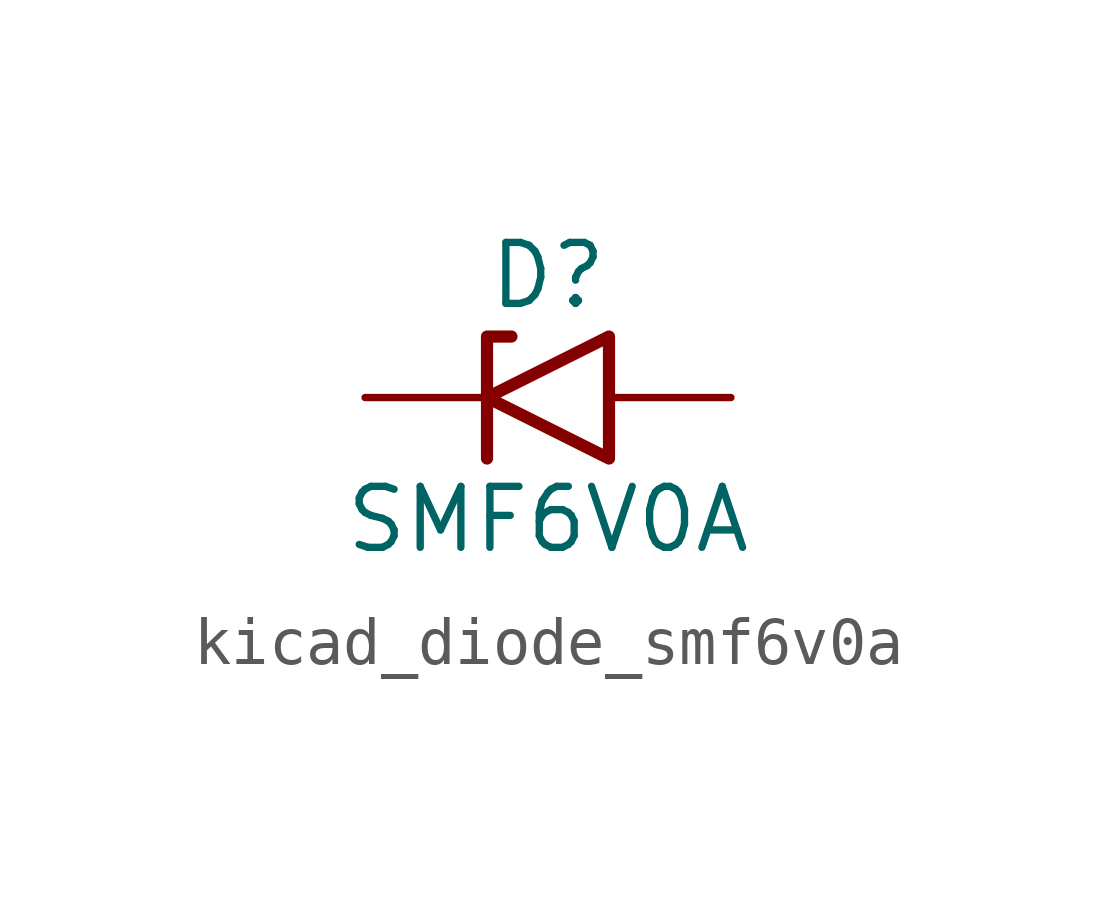
<source format=kicad_sym>
(kicad_symbol_lib
  (version 20220914)
  (generator kicad_symbol_editor)
  (symbol "kicad_diode_smf6v0a"
    (pin_numbers hide)
    (pin_names
      (offset 1.016) hide)
    (property "Reference" "D"
      (at 0 2.54 0)
      (effects (font (size 1.27 1.27))))
    (property "Value" "SMF6V0A"
      (at 0 -2.54 0)
      (effects (font (size 1.27 1.27))))
    (symbol "kicad_diode_smf6v0a_0_1"
      (polyline (pts (xy -0.762 1.27) (xy -1.27 1.27) (xy -1.27 -1.27)) (stroke (width 0.254) (type default)) (fill (type none)))
      (polyline (pts (xy 1.27 1.27) (xy 1.27 -1.27) (xy -1.27 0) (xy 1.27 1.27)) (stroke (width 0.254) (type default)) (fill (type none))))
    (symbol "kicad_diode_smf6v0a_1_1"
      (pin passive line (at -3.81 0 0) (length 2.54) (name "A1" (effects (font (size 1.27 1.27)))) (number "1" (effects (font (size 1.27 1.27)))))
      (pin passive line (at 3.81 0 180) (length 2.54) (name "A2" (effects (font (size 1.27 1.27)))) (number "2" (effects (font (size 1.27 1.27))))))))
</source>
